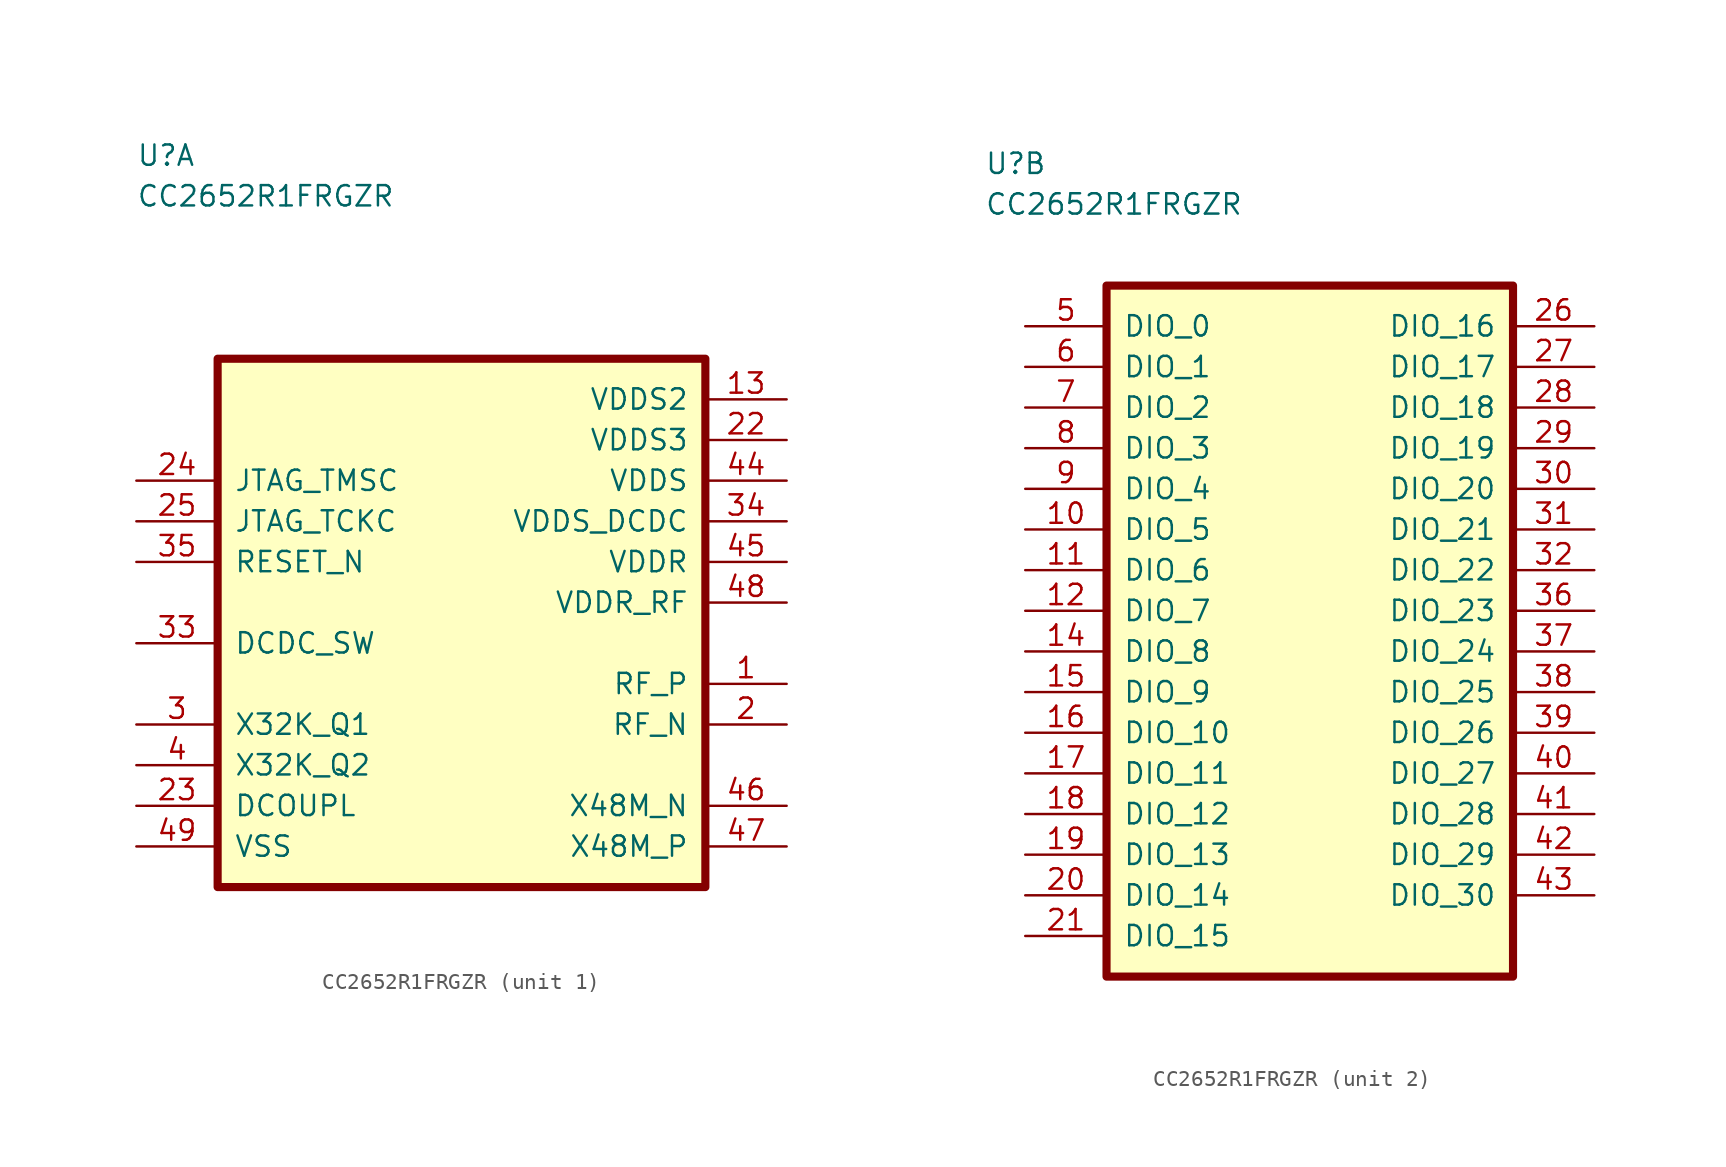
<source format=kicad_sym>
(kicad_symbol_lib
  (version 20211014)
  (generator kicad_symbol_editor)
  (symbol "CC2652R1FRGZR"
    (pin_names
      (offset 1.016))
    (property "Reference" "U"
      (at -20.32 27.94 0)
      (effects (font (size 1.27 1.27)) (justify left)))
    (property "Value" "CC2652R1FRGZR"
      (at -20.32 25.4 0)
      (effects (font (size 1.27 1.27)) (justify left)))
    (property "ki_locked" ""
      (at 0 0 0)
      (effects (font (size 1.27 1.27))))
    (symbol "CC2652R1FRGZR_1_1"
      (rectangle (start -15.24 15.24) (end 15.24 -17.78) (stroke (width 0.508) (type default) (color 0 0 0 0)) (fill (type background)))
      (pin bidirectional line (at 20.32 -5.08 180) (length 5.08) (name "RF_P" (effects (font (size 1.27 1.27)))) (number "1" (effects (font (size 1.27 1.27)))))
      (pin power_in line (at 20.32 12.7 180) (length 5.08) (name "VDDS2" (effects (font (size 1.27 1.27)))) (number "13" (effects (font (size 1.27 1.27)))))
      (pin bidirectional line (at 20.32 -7.62 180) (length 5.08) (name "RF_N" (effects (font (size 1.27 1.27)))) (number "2" (effects (font (size 1.27 1.27)))))
      (pin power_in line (at 20.32 10.16 180) (length 5.08) (name "VDDS3" (effects (font (size 1.27 1.27)))) (number "22" (effects (font (size 1.27 1.27)))))
      (pin power_in line (at -20.32 -12.7 0) (length 5.08) (name "DCOUPL" (effects (font (size 1.27 1.27)))) (number "23" (effects (font (size 1.27 1.27)))))
      (pin bidirectional line (at -20.32 7.62 0) (length 5.08) (name "JTAG_TMSC" (effects (font (size 1.27 1.27)))) (number "24" (effects (font (size 1.27 1.27)))))
      (pin input line (at -20.32 5.08 0) (length 5.08) (name "JTAG_TCKC" (effects (font (size 1.27 1.27)))) (number "25" (effects (font (size 1.27 1.27)))))
      (pin input line (at -20.32 -7.62 0) (length 5.08) (name "X32K_Q1" (effects (font (size 1.27 1.27)))) (number "3" (effects (font (size 1.27 1.27)))))
      (pin power_out line (at -20.32 -2.54 0) (length 5.08) (name "DCDC_SW" (effects (font (size 1.27 1.27)))) (number "33" (effects (font (size 1.27 1.27)))))
      (pin power_in line (at 20.32 5.08 180) (length 5.08) (name "VDDS_DCDC" (effects (font (size 1.27 1.27)))) (number "34" (effects (font (size 1.27 1.27)))))
      (pin input line (at -20.32 2.54 0) (length 5.08) (name "RESET_N" (effects (font (size 1.27 1.27)))) (number "35" (effects (font (size 1.27 1.27)))))
      (pin input line (at -20.32 -10.16 0) (length 5.08) (name "X32K_Q2" (effects (font (size 1.27 1.27)))) (number "4" (effects (font (size 1.27 1.27)))))
      (pin power_in line (at 20.32 7.62 180) (length 5.08) (name "VDDS" (effects (font (size 1.27 1.27)))) (number "44" (effects (font (size 1.27 1.27)))))
      (pin power_in line (at 20.32 2.54 180) (length 5.08) (name "VDDR" (effects (font (size 1.27 1.27)))) (number "45" (effects (font (size 1.27 1.27)))))
      (pin input line (at 20.32 -12.7 180) (length 5.08) (name "X48M_N" (effects (font (size 1.27 1.27)))) (number "46" (effects (font (size 1.27 1.27)))))
      (pin input line (at 20.32 -15.24 180) (length 5.08) (name "X48M_P" (effects (font (size 1.27 1.27)))) (number "47" (effects (font (size 1.27 1.27)))))
      (pin power_in line (at 20.32 0 180) (length 5.08) (name "VDDR_RF" (effects (font (size 1.27 1.27)))) (number "48" (effects (font (size 1.27 1.27)))))
      (pin power_in line (at -20.32 -15.24 0) (length 5.08) (name "VSS" (effects (font (size 1.27 1.27)))) (number "49" (effects (font (size 1.27 1.27))))))
    (symbol "CC2652R1FRGZR_2_1"
      (rectangle (start -12.7 20.32) (end 12.7 -22.86) (stroke (width 0.508) (type default) (color 0 0 0 0)) (fill (type background)))
      (pin bidirectional line (at -17.78 5.08 0) (length 5.08) (name "DIO_5" (effects (font (size 1.27 1.27)))) (number "10" (effects (font (size 1.27 1.27)))))
      (pin bidirectional line (at -17.78 2.54 0) (length 5.08) (name "DIO_6" (effects (font (size 1.27 1.27)))) (number "11" (effects (font (size 1.27 1.27)))))
      (pin bidirectional line (at -17.78 0 0) (length 5.08) (name "DIO_7" (effects (font (size 1.27 1.27)))) (number "12" (effects (font (size 1.27 1.27)))))
      (pin bidirectional line (at -17.78 -2.54 0) (length 5.08) (name "DIO_8" (effects (font (size 1.27 1.27)))) (number "14" (effects (font (size 1.27 1.27)))))
      (pin bidirectional line (at -17.78 -5.08 0) (length 5.08) (name "DIO_9" (effects (font (size 1.27 1.27)))) (number "15" (effects (font (size 1.27 1.27)))))
      (pin bidirectional line (at -17.78 -7.62 0) (length 5.08) (name "DIO_10" (effects (font (size 1.27 1.27)))) (number "16" (effects (font (size 1.27 1.27)))))
      (pin bidirectional line (at -17.78 -10.16 0) (length 5.08) (name "DIO_11" (effects (font (size 1.27 1.27)))) (number "17" (effects (font (size 1.27 1.27)))))
      (pin bidirectional line (at -17.78 -12.7 0) (length 5.08) (name "DIO_12" (effects (font (size 1.27 1.27)))) (number "18" (effects (font (size 1.27 1.27)))))
      (pin bidirectional line (at -17.78 -15.24 0) (length 5.08) (name "DIO_13" (effects (font (size 1.27 1.27)))) (number "19" (effects (font (size 1.27 1.27)))))
      (pin bidirectional line (at -17.78 -17.78 0) (length 5.08) (name "DIO_14" (effects (font (size 1.27 1.27)))) (number "20" (effects (font (size 1.27 1.27)))))
      (pin bidirectional line (at -17.78 -20.32 0) (length 5.08) (name "DIO_15" (effects (font (size 1.27 1.27)))) (number "21" (effects (font (size 1.27 1.27)))))
      (pin bidirectional line (at 17.78 17.78 180) (length 5.08) (name "DIO_16" (effects (font (size 1.27 1.27)))) (number "26" (effects (font (size 1.27 1.27)))))
      (pin bidirectional line (at 17.78 15.24 180) (length 5.08) (name "DIO_17" (effects (font (size 1.27 1.27)))) (number "27" (effects (font (size 1.27 1.27)))))
      (pin bidirectional line (at 17.78 12.7 180) (length 5.08) (name "DIO_18" (effects (font (size 1.27 1.27)))) (number "28" (effects (font (size 1.27 1.27)))))
      (pin bidirectional line (at 17.78 10.16 180) (length 5.08) (name "DIO_19" (effects (font (size 1.27 1.27)))) (number "29" (effects (font (size 1.27 1.27)))))
      (pin bidirectional line (at 17.78 7.62 180) (length 5.08) (name "DIO_20" (effects (font (size 1.27 1.27)))) (number "30" (effects (font (size 1.27 1.27)))))
      (pin bidirectional line (at 17.78 5.08 180) (length 5.08) (name "DIO_21" (effects (font (size 1.27 1.27)))) (number "31" (effects (font (size 1.27 1.27)))))
      (pin bidirectional line (at 17.78 2.54 180) (length 5.08) (name "DIO_22" (effects (font (size 1.27 1.27)))) (number "32" (effects (font (size 1.27 1.27)))))
      (pin bidirectional line (at 17.78 0 180) (length 5.08) (name "DIO_23" (effects (font (size 1.27 1.27)))) (number "36" (effects (font (size 1.27 1.27)))))
      (pin bidirectional line (at 17.78 -2.54 180) (length 5.08) (name "DIO_24" (effects (font (size 1.27 1.27)))) (number "37" (effects (font (size 1.27 1.27)))))
      (pin bidirectional line (at 17.78 -5.08 180) (length 5.08) (name "DIO_25" (effects (font (size 1.27 1.27)))) (number "38" (effects (font (size 1.27 1.27)))))
      (pin bidirectional line (at 17.78 -7.62 180) (length 5.08) (name "DIO_26" (effects (font (size 1.27 1.27)))) (number "39" (effects (font (size 1.27 1.27)))))
      (pin bidirectional line (at 17.78 -10.16 180) (length 5.08) (name "DIO_27" (effects (font (size 1.27 1.27)))) (number "40" (effects (font (size 1.27 1.27)))))
      (pin bidirectional line (at 17.78 -12.7 180) (length 5.08) (name "DIO_28" (effects (font (size 1.27 1.27)))) (number "41" (effects (font (size 1.27 1.27)))))
      (pin bidirectional line (at 17.78 -15.24 180) (length 5.08) (name "DIO_29" (effects (font (size 1.27 1.27)))) (number "42" (effects (font (size 1.27 1.27)))))
      (pin bidirectional line (at 17.78 -17.78 180) (length 5.08) (name "DIO_30" (effects (font (size 1.27 1.27)))) (number "43" (effects (font (size 1.27 1.27)))))
      (pin bidirectional line (at -17.78 17.78 0) (length 5.08) (name "DIO_0" (effects (font (size 1.27 1.27)))) (number "5" (effects (font (size 1.27 1.27)))))
      (pin bidirectional line (at -17.78 15.24 0) (length 5.08) (name "DIO_1" (effects (font (size 1.27 1.27)))) (number "6" (effects (font (size 1.27 1.27)))))
      (pin bidirectional line (at -17.78 12.7 0) (length 5.08) (name "DIO_2" (effects (font (size 1.27 1.27)))) (number "7" (effects (font (size 1.27 1.27)))))
      (pin bidirectional line (at -17.78 10.16 0) (length 5.08) (name "DIO_3" (effects (font (size 1.27 1.27)))) (number "8" (effects (font (size 1.27 1.27)))))
      (pin bidirectional line (at -17.78 7.62 0) (length 5.08) (name "DIO_4" (effects (font (size 1.27 1.27)))) (number "9" (effects (font (size 1.27 1.27))))))))
</source>
